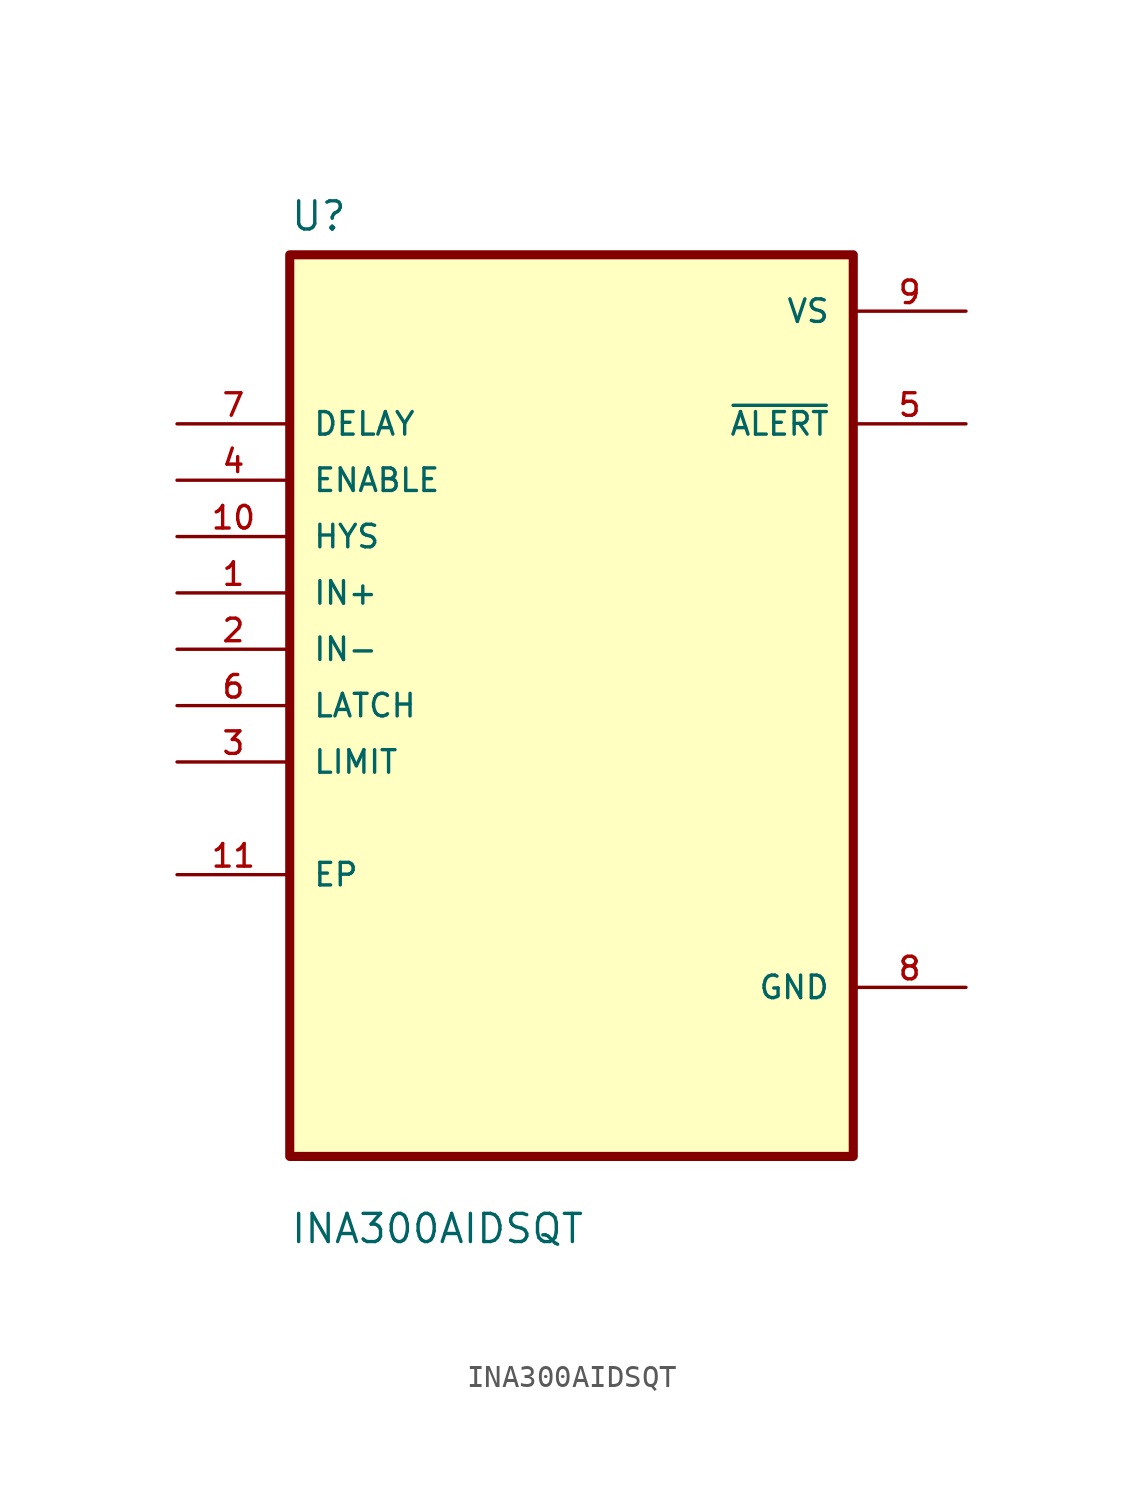
<source format=kicad_sym>
(kicad_symbol_lib
  (version 20220914)
  (generator kicad_symbol_editor)
  (symbol "INA300AIDSQT"
    (pin_names
      (offset 1.016))
    (property "Reference" "U"
      (at -12.7 18.78 0)
      (effects (font (size 1.27 1.27)) (justify left bottom)))
    (property "Value" "INA300AIDSQT"
      (at -12.7 -26.86 0)
      (effects (font (size 1.27 1.27)) (justify left bottom)))
    (symbol "INA300AIDSQT_0_0"
      (rectangle (start -12.7 -22.86) (end 12.7 17.78) (stroke (width 0.41) (type default)) (fill (type background)))
      (pin input line (at -17.78 2.54 0) (length 5.08) (name "IN+" (effects (font (size 1.016 1.016)))) (number "1" (effects (font (size 1.016 1.016)))))
      (pin input line (at -17.78 5.08 0) (length 5.08) (name "HYS" (effects (font (size 1.016 1.016)))) (number "10" (effects (font (size 1.016 1.016)))))
      (pin bidirectional line (at -17.78 -10.16 0) (length 5.08) (name "EP" (effects (font (size 1.016 1.016)))) (number "11" (effects (font (size 1.016 1.016)))))
      (pin input line (at -17.78 0 0) (length 5.08) (name "IN-" (effects (font (size 1.016 1.016)))) (number "2" (effects (font (size 1.016 1.016)))))
      (pin input line (at -17.78 -5.08 0) (length 5.08) (name "LIMIT" (effects (font (size 1.016 1.016)))) (number "3" (effects (font (size 1.016 1.016)))))
      (pin input line (at -17.78 7.62 0) (length 5.08) (name "ENABLE" (effects (font (size 1.016 1.016)))) (number "4" (effects (font (size 1.016 1.016)))))
      (pin output line (at 17.78 10.16 180) (length 5.08) (name "~{ALERT}" (effects (font (size 1.016 1.016)))) (number "5" (effects (font (size 1.016 1.016)))))
      (pin input line (at -17.78 -2.54 0) (length 5.08) (name "LATCH" (effects (font (size 1.016 1.016)))) (number "6" (effects (font (size 1.016 1.016)))))
      (pin input line (at -17.78 10.16 0) (length 5.08) (name "DELAY" (effects (font (size 1.016 1.016)))) (number "7" (effects (font (size 1.016 1.016)))))
      (pin power_in line (at 17.78 -15.24 180) (length 5.08) (name "GND" (effects (font (size 1.016 1.016)))) (number "8" (effects (font (size 1.016 1.016)))))
      (pin power_in line (at 17.78 15.24 180) (length 5.08) (name "VS" (effects (font (size 1.016 1.016)))) (number "9" (effects (font (size 1.016 1.016))))))))
</source>
